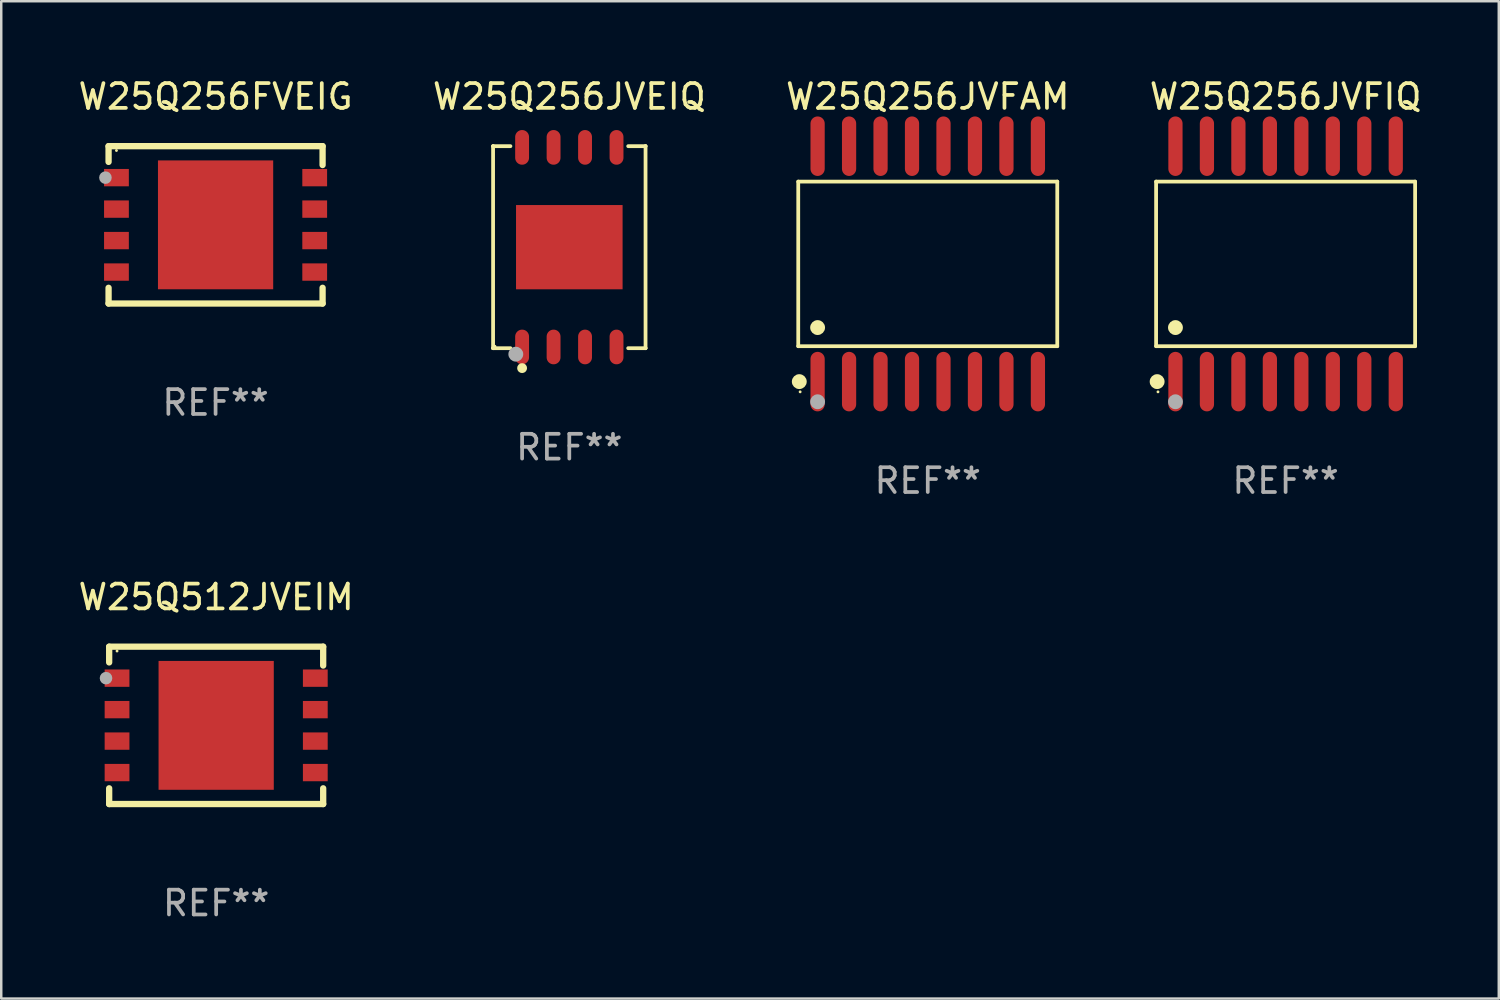
<source format=kicad_pcb>
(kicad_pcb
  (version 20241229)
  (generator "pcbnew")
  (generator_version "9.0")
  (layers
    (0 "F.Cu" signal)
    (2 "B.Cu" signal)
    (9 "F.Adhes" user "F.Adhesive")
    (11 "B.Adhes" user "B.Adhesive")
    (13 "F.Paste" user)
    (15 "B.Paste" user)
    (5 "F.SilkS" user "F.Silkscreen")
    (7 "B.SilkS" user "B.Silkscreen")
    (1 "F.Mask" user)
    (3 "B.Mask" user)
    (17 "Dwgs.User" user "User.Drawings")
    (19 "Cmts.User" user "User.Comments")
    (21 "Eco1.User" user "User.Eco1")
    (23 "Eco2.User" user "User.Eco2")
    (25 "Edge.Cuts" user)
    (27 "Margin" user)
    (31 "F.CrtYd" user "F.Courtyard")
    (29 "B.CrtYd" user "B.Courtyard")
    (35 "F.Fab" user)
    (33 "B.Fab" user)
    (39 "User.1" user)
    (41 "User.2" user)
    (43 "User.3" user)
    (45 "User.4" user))
  (footprint "W25Q512JVEIM"
    (layer "F.Cu")
    (at 5.673 26.22)
    (property "Reference" "W25Q512JVEIM" (at 0 -5.175 0) (layer "F.SilkS") (effects (font (size 1 1) (thickness 0.15))))
    (attr through_hole)
    (fp_line (start -4.318 -3.175) (end 4.318 -3.175) (stroke (width 0.254) (type solid)) (layer "F.SilkS"))
    (fp_line (start -4.318 -2.54) (end -4.318 -3.175) (stroke (width 0.254) (type solid)) (layer "F.SilkS"))
    (fp_line (start -4.318 2.54) (end -4.318 3.175) (stroke (width 0.254) (type solid)) (layer "F.SilkS"))
    (fp_line (start -4.318 3.175) (end 4.318 3.175) (stroke (width 0.254) (type solid)) (layer "F.SilkS"))
    (fp_line (start 4.318 -3.175) (end 4.318 -2.413) (stroke (width 0.254) (type solid)) (layer "F.SilkS"))
    (fp_line (start 4.318 3.175) (end 4.318 2.54) (stroke (width 0.254) (type solid)) (layer "F.SilkS"))
    (fp_circle (center -4 -3) (end -3.97 -3) (stroke (width 0.06) (type solid)) (fill no) (layer "F.SilkS"))
    (fp_circle (center -4.445 -1.905) (end -4.318 -1.905) (stroke (width 0.254) (type solid)) (fill no) (layer "F.Fab"))
    (fp_text user "REF**" (at 0 7.175 0) (layer "F.Fab") (effects (font (size 1 1) (thickness 0.15))))
    (pad "1" smd rect (at -4 -1.905 270) (size 0.7 1) (layers "F.Cu" "F.Mask" "F.Paste"))
    (pad "2" smd rect (at -4 -0.635 270) (size 0.7 1) (layers "F.Cu" "F.Mask" "F.Paste"))
    (pad "3" smd rect (at -4 0.635 270) (size 0.7 1) (layers "F.Cu" "F.Mask" "F.Paste"))
    (pad "4" smd rect (at -4 1.905 270) (size 0.7 1) (layers "F.Cu" "F.Mask" "F.Paste"))
    (pad "5" smd rect (at 4 1.905 90) (size 0.7 1) (layers "F.Cu" "F.Mask" "F.Paste"))
    (pad "6" smd rect (at 4 0.635 90) (size 0.7 1) (layers "F.Cu" "F.Mask" "F.Paste"))
    (pad "7" smd rect (at 4 -0.635 90) (size 0.7 1) (layers "F.Cu" "F.Mask" "F.Paste"))
    (pad "8" smd rect (at 4 -1.905 90) (size 0.7 1) (layers "F.Cu" "F.Mask" "F.Paste"))
    (pad "9" smd rect (at 0 0 90) (size 5.2 4.65) (layers "F.Cu" "F.Mask" "F.Paste")))
  (footprint "W25Q256JVFIQ"
    (layer "F.Cu")
    (at 48.827 7.599)
    (property "Reference" "W25Q256JVFIQ" (at 0 -6.75 0) (layer "F.SilkS") (effects (font (size 1 1) (thickness 0.15))))
    (attr through_hole)
    (fp_line (start -5.226 -3.321) (end 5.226 -3.321) (stroke (width 0.152) (type solid)) (layer "F.SilkS"))
    (fp_line (start -5.226 3.321) (end -5.226 -3.321) (stroke (width 0.152) (type solid)) (layer "F.SilkS"))
    (fp_line (start 5.226 -3.321) (end 5.226 3.321) (stroke (width 0.152) (type solid)) (layer "F.SilkS"))
    (fp_line (start 5.226 3.321) (end -5.226 3.321) (stroke (width 0.152) (type solid)) (layer "F.SilkS"))
    (fp_circle (center -5.184 4.75) (end -5.034 4.75) (stroke (width 0.3) (type solid)) (fill no) (layer "F.SilkS"))
    (fp_circle (center -5.15 5.163) (end -5.12 5.163) (stroke (width 0.06) (type solid)) (fill no) (layer "F.SilkS"))
    (fp_circle (center -4.445 2.569) (end -4.295 2.569) (stroke (width 0.3) (type solid)) (fill no) (layer "F.SilkS"))
    (fp_circle (center -4.445 5.563) (end -4.295 5.563) (stroke (width 0.3) (type solid)) (fill no) (layer "F.Fab"))
    (fp_text user "REF**" (at 0 8.75 0) (layer "F.Fab") (effects (font (size 1 1) (thickness 0.15))))
    (pad "1" smd oval (at -4.445 4.75) (size 0.574 2.401) (layers "F.Cu" "F.Mask" "F.Paste"))
    (pad "2" smd oval (at -3.175 4.75) (size 0.574 2.401) (layers "F.Cu" "F.Mask" "F.Paste"))
    (pad "3" smd oval (at -1.905 4.75) (size 0.574 2.401) (layers "F.Cu" "F.Mask" "F.Paste"))
    (pad "4" smd oval (at -0.635 4.75) (size 0.574 2.401) (layers "F.Cu" "F.Mask" "F.Paste"))
    (pad "5" smd oval (at 0.635 4.75) (size 0.574 2.401) (layers "F.Cu" "F.Mask" "F.Paste"))
    (pad "6" smd oval (at 1.905 4.75) (size 0.574 2.401) (layers "F.Cu" "F.Mask" "F.Paste"))
    (pad "7" smd oval (at 3.175 4.75) (size 0.574 2.401) (layers "F.Cu" "F.Mask" "F.Paste"))
    (pad "8" smd oval (at 4.445 4.75) (size 0.574 2.401) (layers "F.Cu" "F.Mask" "F.Paste"))
    (pad "9" smd oval (at 4.445 -4.75) (size 0.574 2.401) (layers "F.Cu" "F.Mask" "F.Paste"))
    (pad "10" smd oval (at 3.175 -4.75) (size 0.574 2.401) (layers "F.Cu" "F.Mask" "F.Paste"))
    (pad "11" smd oval (at 1.905 -4.75) (size 0.574 2.401) (layers "F.Cu" "F.Mask" "F.Paste"))
    (pad "12" smd oval (at 0.635 -4.75) (size 0.574 2.401) (layers "F.Cu" "F.Mask" "F.Paste"))
    (pad "13" smd oval (at -0.635 -4.75) (size 0.574 2.401) (layers "F.Cu" "F.Mask" "F.Paste"))
    (pad "14" smd oval (at -1.905 -4.75) (size 0.574 2.401) (layers "F.Cu" "F.Mask" "F.Paste"))
    (pad "15" smd oval (at -3.175 -4.75) (size 0.574 2.401) (layers "F.Cu" "F.Mask" "F.Paste"))
    (pad "16" smd oval (at -4.445 -4.75) (size 0.574 2.401) (layers "F.Cu" "F.Mask" "F.Paste")))
  (footprint "W25Q256JVEIQ"
    (layer "F.Cu")
    (at 19.923 6.924)
    (property "Reference" "W25Q256JVEIQ" (at 0 -6.076 0) (layer "F.SilkS") (effects (font (size 1 1) (thickness 0.15))))
    (attr through_hole)
    (fp_line (start -3.076 -4.076) (end -3.076 -4.076) (stroke (width 0.152) (type solid)) (layer "F.SilkS"))
    (fp_line (start -3.076 -4.076) (end -2.376 -4.076) (stroke (width 0.152) (type solid)) (layer "F.SilkS"))
    (fp_line (start -3.076 4.076) (end -3.076 -4.076) (stroke (width 0.152) (type solid)) (layer "F.SilkS"))
    (fp_line (start -3.076 4.076) (end -3.076 4.076) (stroke (width 0.152) (type solid)) (layer "F.SilkS"))
    (fp_line (start -2.376 4.076) (end -3.076 4.076) (stroke (width 0.152) (type solid)) (layer "F.SilkS"))
    (fp_line (start 2.376 4.076) (end 3.076 4.076) (stroke (width 0.152) (type solid)) (layer "F.SilkS"))
    (fp_line (start 3.076 -4.076) (end 2.376 -4.076) (stroke (width 0.152) (type solid)) (layer "F.SilkS"))
    (fp_line (start 3.076 -4.076) (end 3.076 -4.076) (stroke (width 0.152) (type solid)) (layer "F.SilkS"))
    (fp_line (start 3.076 4.076) (end 3.076 -4.076) (stroke (width 0.152) (type solid)) (layer "F.SilkS"))
    (fp_line (start 3.076 4.076) (end 3.076 4.076) (stroke (width 0.152) (type solid)) (layer "F.SilkS"))
    (fp_circle (center -3 4) (end -2.97 4) (stroke (width 0.06) (type solid)) (fill no) (layer "F.SilkS"))
    (fp_circle (center -1.905 4.88) (end -1.805 4.88) (stroke (width 0.2) (type solid)) (fill no) (layer "F.SilkS"))
    (fp_circle (center -2.159 4.318) (end -2.009 4.318) (stroke (width 0.3) (type solid)) (fill no) (layer "F.Fab"))
    (fp_text user "REF**" (at 0 8.076 0) (layer "F.Fab") (effects (font (size 1 1) (thickness 0.15))))
    (pad "1" smd oval (at -1.905 4.027) (size 0.56 1.4) (layers "F.Cu" "F.Mask" "F.Paste"))
    (pad "2" smd oval (at -0.635 4.027) (size 0.56 1.4) (layers "F.Cu" "F.Mask" "F.Paste"))
    (pad "3" smd oval (at 0.635 4.027) (size 0.56 1.4) (layers "F.Cu" "F.Mask" "F.Paste"))
    (pad "4" smd oval (at 1.905 4.027) (size 0.56 1.4) (layers "F.Cu" "F.Mask" "F.Paste"))
    (pad "5" smd oval (at 1.905 -4.027) (size 0.56 1.4) (layers "F.Cu" "F.Mask" "F.Paste"))
    (pad "6" smd oval (at 0.635 -4.027) (size 0.56 1.4) (layers "F.Cu" "F.Mask" "F.Paste"))
    (pad "7" smd oval (at -0.635 -4.027) (size 0.56 1.4) (layers "F.Cu" "F.Mask" "F.Paste"))
    (pad "8" smd oval (at -1.905 -4.027) (size 0.56 1.4) (layers "F.Cu" "F.Mask" "F.Paste"))
    (pad "9" smd rect (at 0 0) (size 4.3 3.4) (layers "F.Cu" "F.Mask" "F.Paste")))
  (footprint "W25Q256JVFAM"
    (layer "F.Cu")
    (at 34.387 7.599)
    (property "Reference" "W25Q256JVFAM" (at 0 -6.75 0) (layer "F.SilkS") (effects (font (size 1 1) (thickness 0.15))))
    (attr through_hole)
    (fp_line (start -5.226 -3.321) (end 5.226 -3.321) (stroke (width 0.152) (type solid)) (layer "F.SilkS"))
    (fp_line (start -5.226 3.321) (end -5.226 -3.321) (stroke (width 0.152) (type solid)) (layer "F.SilkS"))
    (fp_line (start 5.226 -3.321) (end 5.226 3.321) (stroke (width 0.152) (type solid)) (layer "F.SilkS"))
    (fp_line (start 5.226 3.321) (end -5.226 3.321) (stroke (width 0.152) (type solid)) (layer "F.SilkS"))
    (fp_circle (center -5.184 4.75) (end -5.034 4.75) (stroke (width 0.3) (type solid)) (fill no) (layer "F.SilkS"))
    (fp_circle (center -5.15 5.163) (end -5.12 5.163) (stroke (width 0.06) (type solid)) (fill no) (layer "F.SilkS"))
    (fp_circle (center -4.445 2.569) (end -4.295 2.569) (stroke (width 0.3) (type solid)) (fill no) (layer "F.SilkS"))
    (fp_circle (center -4.445 5.563) (end -4.295 5.563) (stroke (width 0.3) (type solid)) (fill no) (layer "F.Fab"))
    (fp_text user "REF**" (at 0 8.75 0) (layer "F.Fab") (effects (font (size 1 1) (thickness 0.15))))
    (pad "1" smd oval (at -4.445 4.75) (size 0.574 2.401) (layers "F.Cu" "F.Mask" "F.Paste"))
    (pad "2" smd oval (at -3.175 4.75) (size 0.574 2.401) (layers "F.Cu" "F.Mask" "F.Paste"))
    (pad "3" smd oval (at -1.905 4.75) (size 0.574 2.401) (layers "F.Cu" "F.Mask" "F.Paste"))
    (pad "4" smd oval (at -0.635 4.75) (size 0.574 2.401) (layers "F.Cu" "F.Mask" "F.Paste"))
    (pad "5" smd oval (at 0.635 4.75) (size 0.574 2.401) (layers "F.Cu" "F.Mask" "F.Paste"))
    (pad "6" smd oval (at 1.905 4.75) (size 0.574 2.401) (layers "F.Cu" "F.Mask" "F.Paste"))
    (pad "7" smd oval (at 3.175 4.75) (size 0.574 2.401) (layers "F.Cu" "F.Mask" "F.Paste"))
    (pad "8" smd oval (at 4.445 4.75) (size 0.574 2.401) (layers "F.Cu" "F.Mask" "F.Paste"))
    (pad "9" smd oval (at 4.445 -4.75) (size 0.574 2.401) (layers "F.Cu" "F.Mask" "F.Paste"))
    (pad "10" smd oval (at 3.175 -4.75) (size 0.574 2.401) (layers "F.Cu" "F.Mask" "F.Paste"))
    (pad "11" smd oval (at 1.905 -4.75) (size 0.574 2.401) (layers "F.Cu" "F.Mask" "F.Paste"))
    (pad "12" smd oval (at 0.635 -4.75) (size 0.574 2.401) (layers "F.Cu" "F.Mask" "F.Paste"))
    (pad "13" smd oval (at -0.635 -4.75) (size 0.574 2.401) (layers "F.Cu" "F.Mask" "F.Paste"))
    (pad "14" smd oval (at -1.905 -4.75) (size 0.574 2.401) (layers "F.Cu" "F.Mask" "F.Paste"))
    (pad "15" smd oval (at -3.175 -4.75) (size 0.574 2.401) (layers "F.Cu" "F.Mask" "F.Paste"))
    (pad "16" smd oval (at -4.445 -4.75) (size 0.574 2.401) (layers "F.Cu" "F.Mask" "F.Paste")))
  (footprint "W25Q256FVEIG"
    (layer "F.Cu")
    (at 5.649 6.023)
    (property "Reference" "W25Q256FVEIG" (at 0 -5.175 0) (layer "F.SilkS") (effects (font (size 1 1) (thickness 0.15))))
    (attr through_hole)
    (fp_line (start -4.318 -3.175) (end 4.318 -3.175) (stroke (width 0.254) (type solid)) (layer "F.SilkS"))
    (fp_line (start -4.318 -2.54) (end -4.318 -3.175) (stroke (width 0.254) (type solid)) (layer "F.SilkS"))
    (fp_line (start -4.318 2.54) (end -4.318 3.175) (stroke (width 0.254) (type solid)) (layer "F.SilkS"))
    (fp_line (start -4.318 3.175) (end 4.318 3.175) (stroke (width 0.254) (type solid)) (layer "F.SilkS"))
    (fp_line (start 4.318 -3.175) (end 4.318 -2.413) (stroke (width 0.254) (type solid)) (layer "F.SilkS"))
    (fp_line (start 4.318 3.175) (end 4.318 2.54) (stroke (width 0.254) (type solid)) (layer "F.SilkS"))
    (fp_circle (center -4 -3) (end -3.97 -3) (stroke (width 0.06) (type solid)) (fill no) (layer "F.SilkS"))
    (fp_circle (center -4.445 -1.905) (end -4.318 -1.905) (stroke (width 0.254) (type solid)) (fill no) (layer "F.Fab"))
    (fp_text user "REF**" (at 0 7.175 0) (layer "F.Fab") (effects (font (size 1 1) (thickness 0.15))))
    (pad "1" smd rect (at -4 -1.905 270) (size 0.7 1) (layers "F.Cu" "F.Mask" "F.Paste"))
    (pad "2" smd rect (at -4 -0.635 270) (size 0.7 1) (layers "F.Cu" "F.Mask" "F.Paste"))
    (pad "3" smd rect (at -4 0.635 270) (size 0.7 1) (layers "F.Cu" "F.Mask" "F.Paste"))
    (pad "4" smd rect (at -4 1.905 270) (size 0.7 1) (layers "F.Cu" "F.Mask" "F.Paste"))
    (pad "5" smd rect (at 4 1.905 90) (size 0.7 1) (layers "F.Cu" "F.Mask" "F.Paste"))
    (pad "6" smd rect (at 4 0.635 90) (size 0.7 1) (layers "F.Cu" "F.Mask" "F.Paste"))
    (pad "7" smd rect (at 4 -0.635 90) (size 0.7 1) (layers "F.Cu" "F.Mask" "F.Paste"))
    (pad "8" smd rect (at 4 -1.905 90) (size 0.7 1) (layers "F.Cu" "F.Mask" "F.Paste"))
    (pad "9" smd rect (at 0 0 90) (size 5.2 4.65) (layers "F.Cu" "F.Mask" "F.Paste")))
  (gr_rect
    (start -3 -3)
    (end 57.429 37.244)
    (stroke (width 0.1) (type default))
    (fill no)
    (layer "Edge.Cuts")))
</source>
